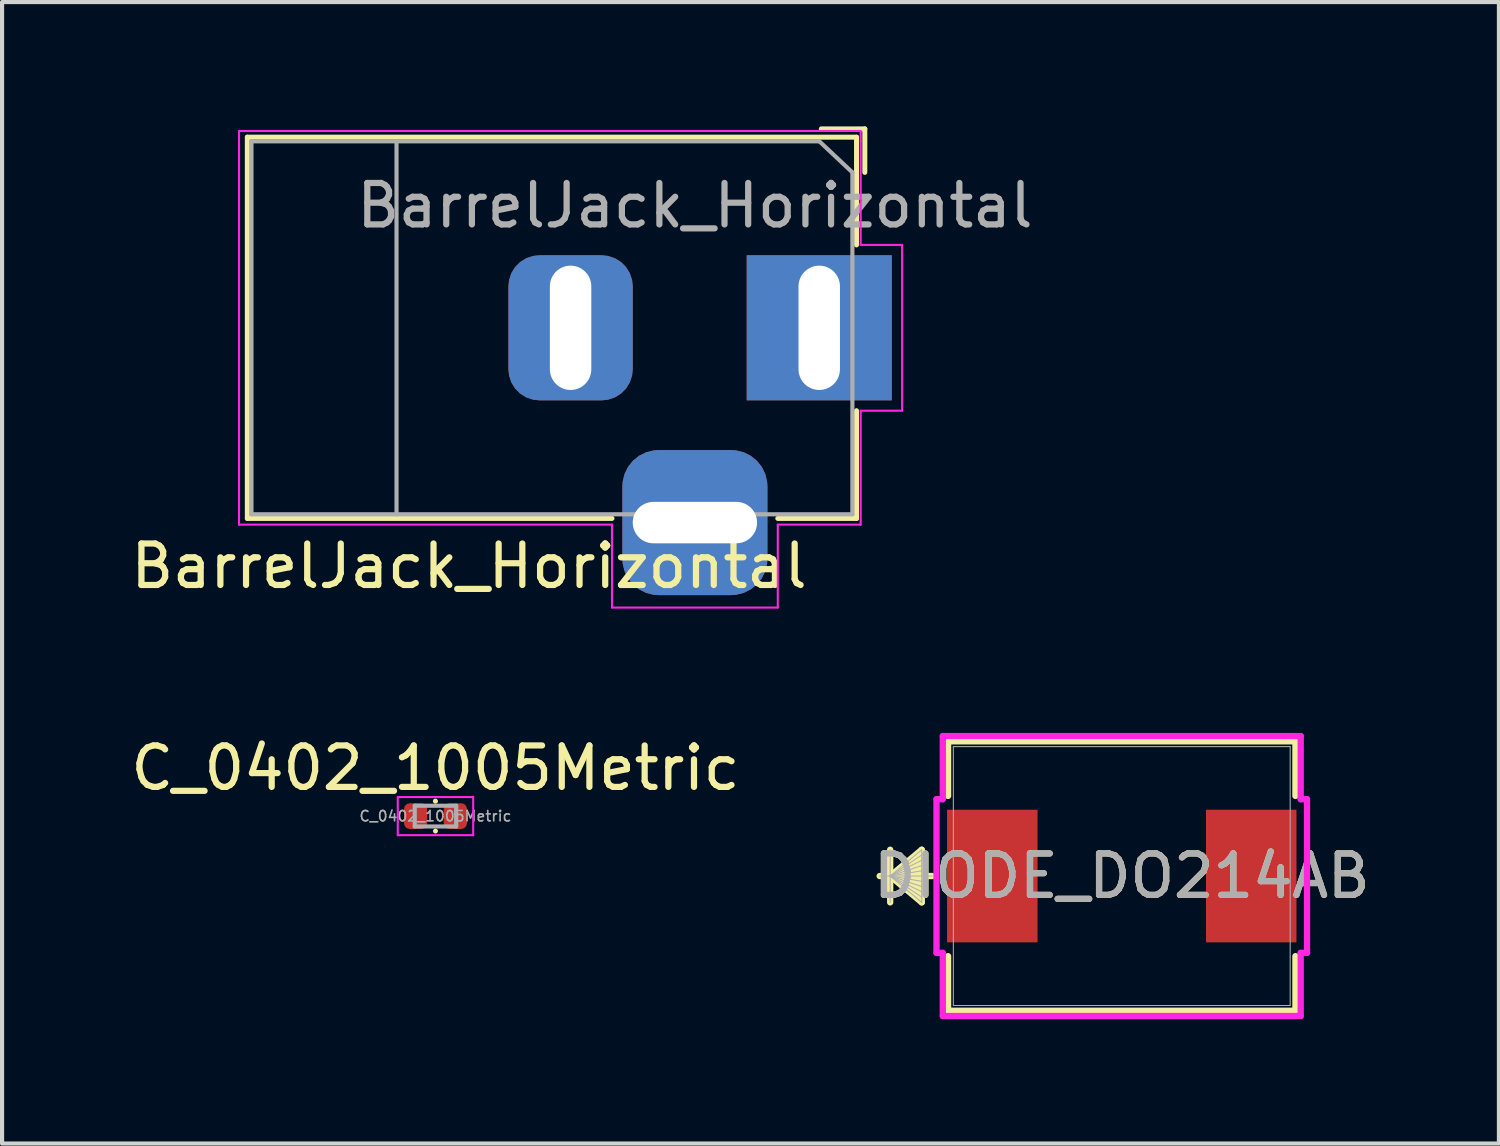
<source format=kicad_pcb>
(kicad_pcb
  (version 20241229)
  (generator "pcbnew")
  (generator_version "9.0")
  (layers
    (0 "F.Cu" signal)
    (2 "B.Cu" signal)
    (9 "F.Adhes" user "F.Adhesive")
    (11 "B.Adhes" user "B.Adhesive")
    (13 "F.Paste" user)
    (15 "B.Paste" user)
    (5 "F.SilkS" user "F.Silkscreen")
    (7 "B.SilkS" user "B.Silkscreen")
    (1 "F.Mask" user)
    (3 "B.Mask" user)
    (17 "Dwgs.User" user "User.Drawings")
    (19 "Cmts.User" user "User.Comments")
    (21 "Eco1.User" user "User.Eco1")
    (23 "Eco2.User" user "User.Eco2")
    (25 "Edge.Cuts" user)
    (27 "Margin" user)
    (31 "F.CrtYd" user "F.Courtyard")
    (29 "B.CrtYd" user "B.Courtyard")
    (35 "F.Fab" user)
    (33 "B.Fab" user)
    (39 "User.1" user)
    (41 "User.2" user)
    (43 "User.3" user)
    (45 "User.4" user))
  (footprint "C_0402_1005Metric"
    (layer "F.Cu")
    (at 7.458 16.643)
    (property "Reference" "C_0402_1005Metric" (at 0 -1.16 0) (layer "F.SilkS") (effects (font (size 1 1) (thickness 0.15))))
    (attr smd)
    (fp_line (start -0.002 -0.362) (end 0 -0.36) (stroke (width 0.12) (type solid)) (layer "F.SilkS"))
    (fp_line (start 0 0.36) (end 0 0.36) (stroke (width 0.12) (type solid)) (layer "F.SilkS"))
    (fp_line (start -0.91 -0.46) (end 0.91 -0.46) (stroke (width 0.05) (type solid)) (layer "F.CrtYd"))
    (fp_line (start -0.91 0.46) (end -0.91 -0.46) (stroke (width 0.05) (type solid)) (layer "F.CrtYd"))
    (fp_line (start 0.91 -0.46) (end 0.91 0.46) (stroke (width 0.05) (type solid)) (layer "F.CrtYd"))
    (fp_line (start 0.91 0.46) (end -0.91 0.46) (stroke (width 0.05) (type solid)) (layer "F.CrtYd"))
    (fp_line (start -0.5 -0.25) (end 0.5 -0.25) (stroke (width 0.1) (type solid)) (layer "F.Fab"))
    (fp_line (start -0.5 0.25) (end -0.5 -0.25) (stroke (width 0.1) (type solid)) (layer "F.Fab"))
    (fp_line (start 0.5 -0.25) (end 0.5 0.25) (stroke (width 0.1) (type solid)) (layer "F.Fab"))
    (fp_line (start 0.5 0.25) (end -0.5 0.25) (stroke (width 0.1) (type solid)) (layer "F.Fab"))
    (fp_text user "${REFERENCE}" (at 0 0 0) (layer "F.Fab") (effects (font (size 0.25 0.25) (thickness 0.04))))
    (pad "1" smd roundrect (at -0.48 0) (size 0.56 0.62) (layers "F.Cu" "F.Mask" "F.Paste") (roundrect_rratio 0.25))
    (pad "2" smd roundrect (at 0.48 0) (size 0.56 0.62) (layers "F.Cu" "F.Mask" "F.Paste") (roundrect_rratio 0.25)))
  (footprint "DIODE_DO214AB"
    (layer "F.Cu")
    (at 24.018 18.089)
    (property "Reference" "DIODE_DO214AB" (at 0 0 0) (unlocked yes) (layer "F.SilkS") (effects (font (size 1 1) (thickness 0.15))))
    (attr smd)
    (fp_line (start -5.588 -0.635) (end -5.588 0.635) (stroke (width 0.152) (type solid)) (layer "F.SilkS"))
    (fp_line (start -5.588 0) (end -4.826 -0.635) (stroke (width 0.152) (type solid)) (layer "F.SilkS"))
    (fp_line (start -5.588 0) (end -4.826 -0.508) (stroke (width 0.152) (type solid)) (layer "F.SilkS"))
    (fp_line (start -5.588 0) (end -4.826 -0.381) (stroke (width 0.152) (type solid)) (layer "F.SilkS"))
    (fp_line (start -5.588 0) (end -4.826 -0.254) (stroke (width 0.152) (type solid)) (layer "F.SilkS"))
    (fp_line (start -5.588 0) (end -4.826 -0.127) (stroke (width 0.152) (type solid)) (layer "F.SilkS"))
    (fp_line (start -5.588 0) (end -4.826 0.127) (stroke (width 0.152) (type solid)) (layer "F.SilkS"))
    (fp_line (start -5.588 0) (end -4.826 0.254) (stroke (width 0.152) (type solid)) (layer "F.SilkS"))
    (fp_line (start -5.588 0) (end -4.826 0.381) (stroke (width 0.152) (type solid)) (layer "F.SilkS"))
    (fp_line (start -5.588 0) (end -4.826 0.508) (stroke (width 0.152) (type solid)) (layer "F.SilkS"))
    (fp_line (start -5.588 0) (end -4.826 0.635) (stroke (width 0.152) (type solid)) (layer "F.SilkS"))
    (fp_line (start -4.826 -0.635) (end -4.826 0.635) (stroke (width 0.152) (type solid)) (layer "F.SilkS"))
    (fp_line (start -4.572 0) (end -5.842 0) (stroke (width 0.152) (type solid)) (layer "F.SilkS"))
    (fp_line (start -4.191 -3.251) (end -4.191 -1.933) (stroke (width 0.152) (type solid)) (layer "F.SilkS"))
    (fp_line (start -4.191 1.933) (end -4.191 3.251) (stroke (width 0.152) (type solid)) (layer "F.SilkS"))
    (fp_line (start -4.191 3.251) (end 4.191 3.251) (stroke (width 0.152) (type solid)) (layer "F.SilkS"))
    (fp_line (start 4.191 -3.251) (end -4.191 -3.251) (stroke (width 0.152) (type solid)) (layer "F.SilkS"))
    (fp_line (start 4.191 -1.933) (end 4.191 -3.251) (stroke (width 0.152) (type solid)) (layer "F.SilkS"))
    (fp_line (start 4.191 3.251) (end 4.191 1.933) (stroke (width 0.152) (type solid)) (layer "F.SilkS"))
    (fp_line (start -4.47 -1.854) (end -4.318 -1.854) (stroke (width 0.152) (type solid)) (layer "F.CrtYd"))
    (fp_line (start -4.47 1.854) (end -4.47 -1.854) (stroke (width 0.152) (type solid)) (layer "F.CrtYd"))
    (fp_line (start -4.318 -3.378) (end 4.318 -3.378) (stroke (width 0.152) (type solid)) (layer "F.CrtYd"))
    (fp_line (start -4.318 -1.854) (end -4.318 -3.378) (stroke (width 0.152) (type solid)) (layer "F.CrtYd"))
    (fp_line (start -4.318 1.854) (end -4.47 1.854) (stroke (width 0.152) (type solid)) (layer "F.CrtYd"))
    (fp_line (start -4.318 3.378) (end -4.318 1.854) (stroke (width 0.152) (type solid)) (layer "F.CrtYd"))
    (fp_line (start 4.318 -3.378) (end 4.318 -1.854) (stroke (width 0.152) (type solid)) (layer "F.CrtYd"))
    (fp_line (start 4.318 -1.854) (end 4.47 -1.854) (stroke (width 0.152) (type solid)) (layer "F.CrtYd"))
    (fp_line (start 4.318 1.854) (end 4.318 3.378) (stroke (width 0.152) (type solid)) (layer "F.CrtYd"))
    (fp_line (start 4.318 3.378) (end -4.318 3.378) (stroke (width 0.152) (type solid)) (layer "F.CrtYd"))
    (fp_line (start 4.47 -1.854) (end 4.47 1.854) (stroke (width 0.152) (type solid)) (layer "F.CrtYd"))
    (fp_line (start 4.47 1.854) (end 4.318 1.854) (stroke (width 0.152) (type solid)) (layer "F.CrtYd"))
    (fp_line (start -5.588 -0.635) (end -5.588 0.635) (stroke (width 0.025) (type solid)) (layer "F.Fab"))
    (fp_line (start -5.588 0) (end -4.826 -0.635) (stroke (width 0.025) (type solid)) (layer "F.Fab"))
    (fp_line (start -5.588 0) (end -4.826 -0.508) (stroke (width 0.025) (type solid)) (layer "F.Fab"))
    (fp_line (start -5.588 0) (end -4.826 -0.381) (stroke (width 0.025) (type solid)) (layer "F.Fab"))
    (fp_line (start -5.588 0) (end -4.826 -0.254) (stroke (width 0.025) (type solid)) (layer "F.Fab"))
    (fp_line (start -5.588 0) (end -4.826 -0.127) (stroke (width 0.025) (type solid)) (layer "F.Fab"))
    (fp_line (start -5.588 0) (end -4.826 0.127) (stroke (width 0.025) (type solid)) (layer "F.Fab"))
    (fp_line (start -5.588 0) (end -4.826 0.254) (stroke (width 0.025) (type solid)) (layer "F.Fab"))
    (fp_line (start -5.588 0) (end -4.826 0.381) (stroke (width 0.025) (type solid)) (layer "F.Fab"))
    (fp_line (start -5.588 0) (end -4.826 0.508) (stroke (width 0.025) (type solid)) (layer "F.Fab"))
    (fp_line (start -5.588 0) (end -4.826 0.635) (stroke (width 0.025) (type solid)) (layer "F.Fab"))
    (fp_line (start -4.826 -0.635) (end -4.826 0.635) (stroke (width 0.025) (type solid)) (layer "F.Fab"))
    (fp_line (start -4.572 0) (end -5.842 0) (stroke (width 0.025) (type solid)) (layer "F.Fab"))
    (fp_line (start -4.064 -3.124) (end -4.064 3.124) (stroke (width 0.025) (type solid)) (layer "F.Fab"))
    (fp_line (start -4.064 3.124) (end 4.064 3.124) (stroke (width 0.025) (type solid)) (layer "F.Fab"))
    (fp_line (start 4.064 -3.124) (end -4.064 -3.124) (stroke (width 0.025) (type solid)) (layer "F.Fab"))
    (fp_line (start 4.064 3.124) (end 4.064 -3.124) (stroke (width 0.025) (type solid)) (layer "F.Fab"))
    (fp_text user "${REFERENCE}" (at 0 0 0) (unlocked yes) (layer "F.Fab") (effects (font (size 1 1) (thickness 0.15))))
    (pad "1" smd rect (at -3.124 0 90) (size 3.2 2.184) (layers "F.Cu" "F.Mask" "F.Paste"))
    (pad "2" smd rect (at 3.124 0 90) (size 3.2 2.184) (layers "F.Cu" "F.Mask" "F.Paste")))
  (footprint "BarrelJack_Horizontal"
    (layer "F.Cu")
    (at 16.718 4.86)
    (property "Reference" "BarrelJack_Horizontal" (at -8.45 5.75 0) (layer "F.SilkS") (effects (font (size 1 1) (thickness 0.15))))
    (attr through_hole)
    (fp_line (start -13.8 -4.6) (end 0.9 -4.6) (stroke (width 0.12) (type solid)) (layer "F.SilkS"))
    (fp_line (start -13.8 4.6) (end -13.8 -4.6) (stroke (width 0.12) (type solid)) (layer "F.SilkS"))
    (fp_line (start -5 4.6) (end -13.8 4.6) (stroke (width 0.12) (type solid)) (layer "F.SilkS"))
    (fp_line (start 0.05 -4.8) (end 1.1 -4.8) (stroke (width 0.12) (type solid)) (layer "F.SilkS"))
    (fp_line (start 0.9 -4.6) (end 0.9 -2) (stroke (width 0.12) (type solid)) (layer "F.SilkS"))
    (fp_line (start 0.9 2) (end 0.9 4.6) (stroke (width 0.12) (type solid)) (layer "F.SilkS"))
    (fp_line (start 0.9 4.6) (end -1 4.6) (stroke (width 0.12) (type solid)) (layer "F.SilkS"))
    (fp_line (start 1.1 -3.75) (end 1.1 -4.8) (stroke (width 0.12) (type solid)) (layer "F.SilkS"))
    (fp_line (start -14 4.75) (end -14 -4.75) (stroke (width 0.05) (type solid)) (layer "F.CrtYd"))
    (fp_line (start -5 4.75) (end -14 4.75) (stroke (width 0.05) (type solid)) (layer "F.CrtYd"))
    (fp_line (start -5 6.75) (end -5 4.75) (stroke (width 0.05) (type solid)) (layer "F.CrtYd"))
    (fp_line (start -1 4.75) (end -1 6.75) (stroke (width 0.05) (type solid)) (layer "F.CrtYd"))
    (fp_line (start -1 6.75) (end -5 6.75) (stroke (width 0.05) (type solid)) (layer "F.CrtYd"))
    (fp_line (start 1 -4.75) (end -14 -4.75) (stroke (width 0.05) (type solid)) (layer "F.CrtYd"))
    (fp_line (start 1 -4.5) (end 1 -4.75) (stroke (width 0.05) (type solid)) (layer "F.CrtYd"))
    (fp_line (start 1 -4.5) (end 1 -2) (stroke (width 0.05) (type solid)) (layer "F.CrtYd"))
    (fp_line (start 1 -2) (end 2 -2) (stroke (width 0.05) (type solid)) (layer "F.CrtYd"))
    (fp_line (start 1 2) (end 1 4.75) (stroke (width 0.05) (type solid)) (layer "F.CrtYd"))
    (fp_line (start 1 4.75) (end -1 4.75) (stroke (width 0.05) (type solid)) (layer "F.CrtYd"))
    (fp_line (start 2 -2) (end 2 2) (stroke (width 0.05) (type solid)) (layer "F.CrtYd"))
    (fp_line (start 2 2) (end 1 2) (stroke (width 0.05) (type solid)) (layer "F.CrtYd"))
    (fp_line (start -13.7 -4.5) (end -13.7 4.5) (stroke (width 0.1) (type solid)) (layer "F.Fab"))
    (fp_line (start -13.7 4.5) (end 0.8 4.5) (stroke (width 0.1) (type solid)) (layer "F.Fab"))
    (fp_line (start -10.2 -4.5) (end -10.2 4.5) (stroke (width 0.1) (type solid)) (layer "F.Fab"))
    (fp_line (start -0.003 -4.505) (end 0.8 -3.75) (stroke (width 0.1) (type solid)) (layer "F.Fab"))
    (fp_line (start 0 -4.5) (end -13.7 -4.5) (stroke (width 0.1) (type solid)) (layer "F.Fab"))
    (fp_line (start 0.8 4.5) (end 0.8 -3.75) (stroke (width 0.1) (type solid)) (layer "F.Fab"))
    (fp_text user "${REFERENCE}" (at -3 -2.95 0) (layer "F.Fab") (effects (font (size 1 1) (thickness 0.15))))
    (pad "1" thru_hole rect (at 0 0) (size 3.5 3.5) (drill oval 1 3) (layers "*.Cu" "*.Mask"))
    (pad "2" thru_hole roundrect (at -6 0) (size 3 3.5) (drill oval 1 3) (layers "*.Cu" "*.Mask") (roundrect_rratio 0.25))
    (pad "3" thru_hole roundrect (at -3 4.7) (size 3.5 3.5) (drill oval 3 1) (layers "*.Cu" "*.Mask") (roundrect_rratio 0.25)))
  (gr_rect
    (start -3 -3)
    (end 33.119 24.544)
    (stroke (width 0.1) (type default))
    (fill no)
    (layer "Edge.Cuts")))
</source>
